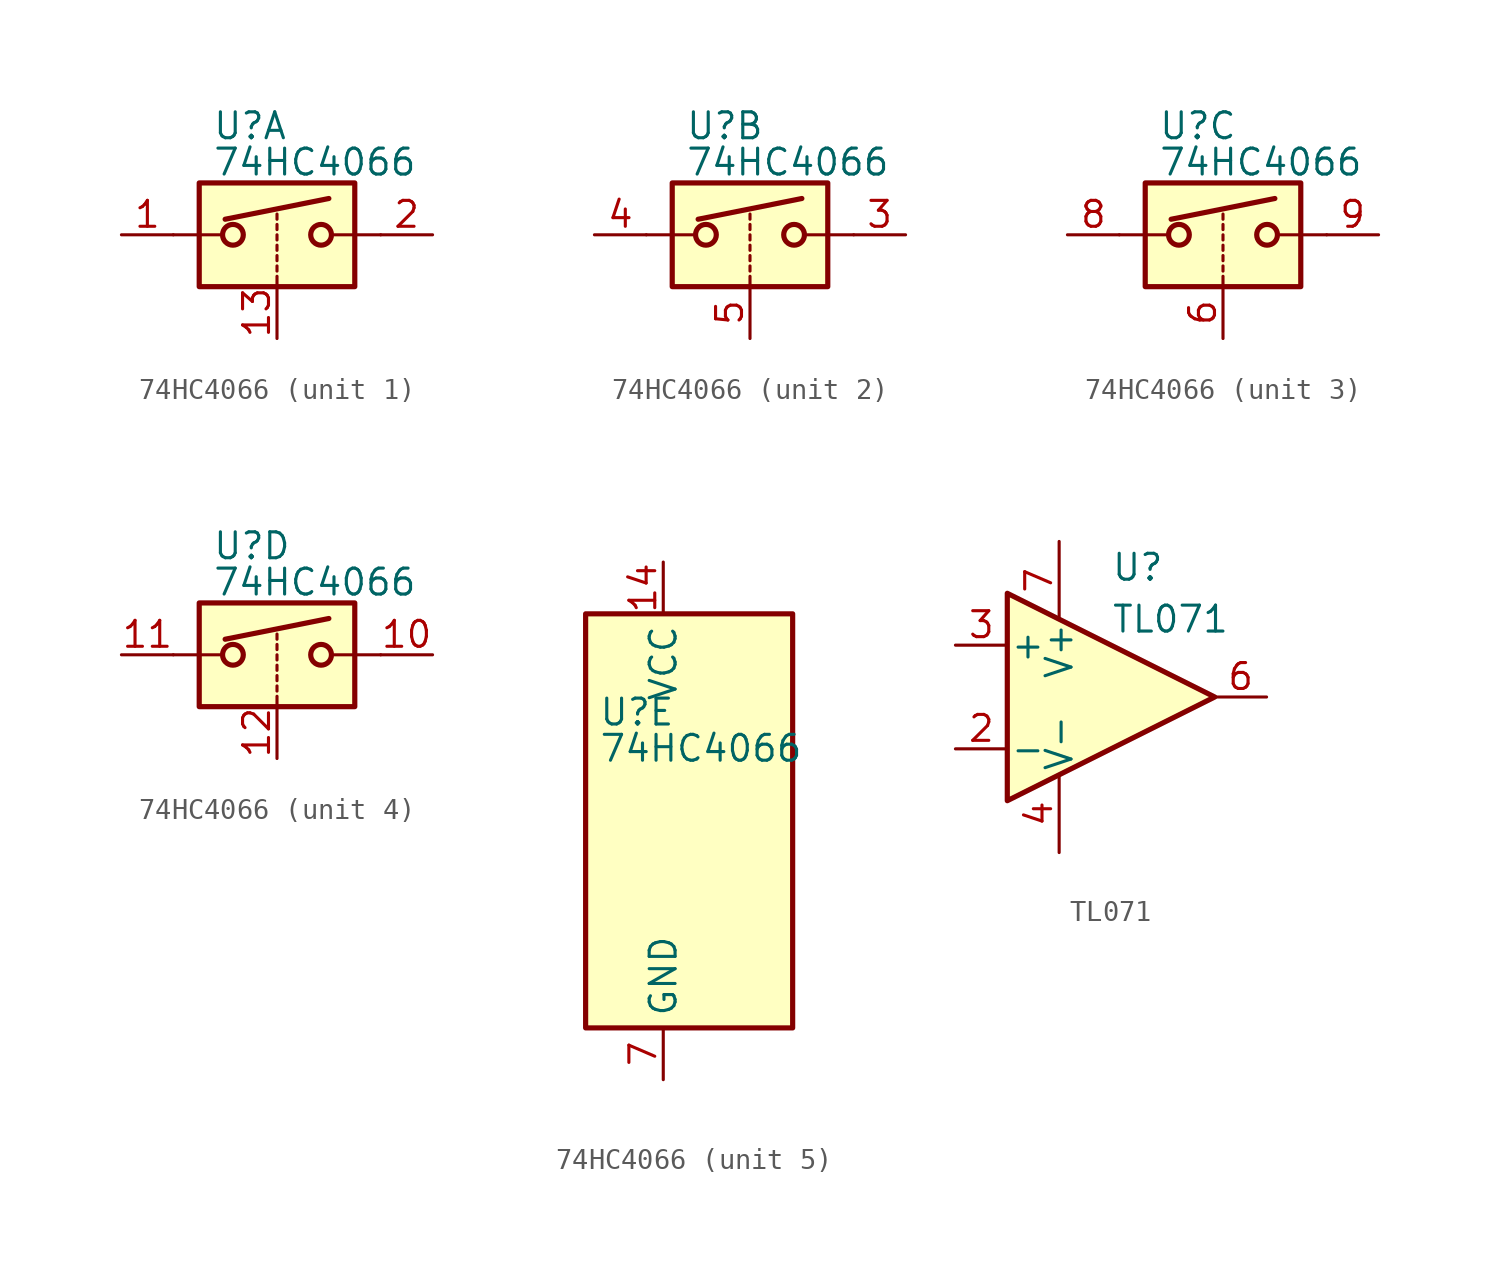
<source format=kicad_sym>
(kicad_symbol_lib
  (version 20211014)
  (generator kicad_symbol_editor)
  (symbol "74HC4066"
    (property "Reference" "U"
      (at -3.175 5.334 0)
      (effects (font (size 1.27 1.27)) (justify left)))
    (property "Value" "74HC4066"
      (at -3.175 3.556 0)
      (effects (font (size 1.27 1.27)) (justify left)))
    (symbol "74HC4066_1_1"
      (rectangle (start -3.81 2.54) (end 3.81 -2.54) (stroke (width 0.254) (type default) (color 0 0 0 0)) (fill (type background)))
      (circle (center -2.159 0) (radius 0.508) (stroke (width 0.254) (type default) (color 0 0 0 0)) (fill (type none)))
      (polyline (pts (xy -5.08 0) (xy -2.794 0)) (stroke (width 0) (type default) (color 0 0 0 0)) (fill (type none)))
      (polyline (pts (xy -2.54 0.762) (xy 2.54 1.778)) (stroke (width 0.254) (type default) (color 0 0 0 0)) (fill (type none)))
      (polyline (pts (xy 0 -2.54) (xy 0 -2.032)) (stroke (width 0) (type default) (color 0 0 0 0)) (fill (type none)))
      (polyline (pts (xy 0 -1.778) (xy 0 -1.524)) (stroke (width 0) (type default) (color 0 0 0 0)) (fill (type none)))
      (polyline (pts (xy 0 -1.27) (xy 0 -1.016)) (stroke (width 0) (type default) (color 0 0 0 0)) (fill (type none)))
      (polyline (pts (xy 0 -0.762) (xy 0 -0.508)) (stroke (width 0) (type default) (color 0 0 0 0)) (fill (type none)))
      (polyline (pts (xy 0 -0.254) (xy 0 0)) (stroke (width 0) (type default) (color 0 0 0 0)) (fill (type none)))
      (polyline (pts (xy 0 0.254) (xy 0 0.508)) (stroke (width 0) (type default) (color 0 0 0 0)) (fill (type none)))
      (polyline (pts (xy 0 0.762) (xy 0 1.016)) (stroke (width 0) (type default) (color 0 0 0 0)) (fill (type none)))
      (polyline (pts (xy 5.08 0) (xy 2.794 0)) (stroke (width 0) (type default) (color 0 0 0 0)) (fill (type none)))
      (circle (center 2.159 0) (radius 0.508) (stroke (width 0.254) (type default) (color 0 0 0 0)) (fill (type none)))
      (pin passive line (at -7.62 0 0) (length 2.54) (name "~" (effects (font (size 1.27 1.27)))) (number "1" (effects (font (size 1.27 1.27)))))
      (pin input line (at 0 -5.08 90) (length 2.54) (name "~" (effects (font (size 1.27 1.27)))) (number "13" (effects (font (size 1.27 1.27)))))
      (pin passive line (at 7.62 0 180) (length 2.54) (name "~" (effects (font (size 1.27 1.27)))) (number "2" (effects (font (size 1.27 1.27))))))
    (symbol "74HC4066_2_1"
      (rectangle (start -3.81 2.54) (end 3.81 -2.54) (stroke (width 0.254) (type default) (color 0 0 0 0)) (fill (type background)))
      (circle (center -2.159 0) (radius 0.508) (stroke (width 0.254) (type default) (color 0 0 0 0)) (fill (type none)))
      (polyline (pts (xy -5.08 0) (xy -2.794 0)) (stroke (width 0) (type default) (color 0 0 0 0)) (fill (type none)))
      (polyline (pts (xy -2.54 0.762) (xy 2.54 1.778)) (stroke (width 0.254) (type default) (color 0 0 0 0)) (fill (type none)))
      (polyline (pts (xy 0 -2.54) (xy 0 -2.032)) (stroke (width 0) (type default) (color 0 0 0 0)) (fill (type none)))
      (polyline (pts (xy 0 -1.778) (xy 0 -1.524)) (stroke (width 0) (type default) (color 0 0 0 0)) (fill (type none)))
      (polyline (pts (xy 0 -1.27) (xy 0 -1.016)) (stroke (width 0) (type default) (color 0 0 0 0)) (fill (type none)))
      (polyline (pts (xy 0 -0.762) (xy 0 -0.508)) (stroke (width 0) (type default) (color 0 0 0 0)) (fill (type none)))
      (polyline (pts (xy 0 -0.254) (xy 0 0)) (stroke (width 0) (type default) (color 0 0 0 0)) (fill (type none)))
      (polyline (pts (xy 0 0.254) (xy 0 0.508)) (stroke (width 0) (type default) (color 0 0 0 0)) (fill (type none)))
      (polyline (pts (xy 0 0.762) (xy 0 1.016)) (stroke (width 0) (type default) (color 0 0 0 0)) (fill (type none)))
      (polyline (pts (xy 5.08 0) (xy 2.794 0)) (stroke (width 0) (type default) (color 0 0 0 0)) (fill (type none)))
      (circle (center 2.159 0) (radius 0.508) (stroke (width 0.254) (type default) (color 0 0 0 0)) (fill (type none)))
      (pin passive line (at 7.62 0 180) (length 2.54) (name "~" (effects (font (size 1.27 1.27)))) (number "3" (effects (font (size 1.27 1.27)))))
      (pin passive line (at -7.62 0 0) (length 2.54) (name "~" (effects (font (size 1.27 1.27)))) (number "4" (effects (font (size 1.27 1.27)))))
      (pin input line (at 0 -5.08 90) (length 2.54) (name "~" (effects (font (size 1.27 1.27)))) (number "5" (effects (font (size 1.27 1.27))))))
    (symbol "74HC4066_3_1"
      (rectangle (start -3.81 2.54) (end 3.81 -2.54) (stroke (width 0.254) (type default) (color 0 0 0 0)) (fill (type background)))
      (circle (center -2.159 0) (radius 0.508) (stroke (width 0.254) (type default) (color 0 0 0 0)) (fill (type none)))
      (polyline (pts (xy -5.08 0) (xy -2.794 0)) (stroke (width 0) (type default) (color 0 0 0 0)) (fill (type none)))
      (polyline (pts (xy -2.54 0.762) (xy 2.54 1.778)) (stroke (width 0.254) (type default) (color 0 0 0 0)) (fill (type none)))
      (polyline (pts (xy 0 -2.54) (xy 0 -2.032)) (stroke (width 0) (type default) (color 0 0 0 0)) (fill (type none)))
      (polyline (pts (xy 0 -1.778) (xy 0 -1.524)) (stroke (width 0) (type default) (color 0 0 0 0)) (fill (type none)))
      (polyline (pts (xy 0 -1.27) (xy 0 -1.016)) (stroke (width 0) (type default) (color 0 0 0 0)) (fill (type none)))
      (polyline (pts (xy 0 -0.762) (xy 0 -0.508)) (stroke (width 0) (type default) (color 0 0 0 0)) (fill (type none)))
      (polyline (pts (xy 0 -0.254) (xy 0 0)) (stroke (width 0) (type default) (color 0 0 0 0)) (fill (type none)))
      (polyline (pts (xy 0 0.254) (xy 0 0.508)) (stroke (width 0) (type default) (color 0 0 0 0)) (fill (type none)))
      (polyline (pts (xy 0 0.762) (xy 0 1.016)) (stroke (width 0) (type default) (color 0 0 0 0)) (fill (type none)))
      (polyline (pts (xy 5.08 0) (xy 2.794 0)) (stroke (width 0) (type default) (color 0 0 0 0)) (fill (type none)))
      (circle (center 2.159 0) (radius 0.508) (stroke (width 0.254) (type default) (color 0 0 0 0)) (fill (type none)))
      (pin input line (at 0 -5.08 90) (length 2.54) (name "~" (effects (font (size 1.27 1.27)))) (number "6" (effects (font (size 1.27 1.27)))))
      (pin passive line (at -7.62 0 0) (length 2.54) (name "~" (effects (font (size 1.27 1.27)))) (number "8" (effects (font (size 1.27 1.27)))))
      (pin passive line (at 7.62 0 180) (length 2.54) (name "~" (effects (font (size 1.27 1.27)))) (number "9" (effects (font (size 1.27 1.27))))))
    (symbol "74HC4066_4_1"
      (rectangle (start -3.81 2.54) (end 3.81 -2.54) (stroke (width 0.254) (type default) (color 0 0 0 0)) (fill (type background)))
      (circle (center -2.159 0) (radius 0.508) (stroke (width 0.254) (type default) (color 0 0 0 0)) (fill (type none)))
      (polyline (pts (xy -5.08 0) (xy -2.794 0)) (stroke (width 0) (type default) (color 0 0 0 0)) (fill (type none)))
      (polyline (pts (xy -2.54 0.762) (xy 2.54 1.778)) (stroke (width 0.254) (type default) (color 0 0 0 0)) (fill (type none)))
      (polyline (pts (xy 0 -2.54) (xy 0 -2.032)) (stroke (width 0) (type default) (color 0 0 0 0)) (fill (type none)))
      (polyline (pts (xy 0 -1.778) (xy 0 -1.524)) (stroke (width 0) (type default) (color 0 0 0 0)) (fill (type none)))
      (polyline (pts (xy 0 -1.27) (xy 0 -1.016)) (stroke (width 0) (type default) (color 0 0 0 0)) (fill (type none)))
      (polyline (pts (xy 0 -0.762) (xy 0 -0.508)) (stroke (width 0) (type default) (color 0 0 0 0)) (fill (type none)))
      (polyline (pts (xy 0 -0.254) (xy 0 0)) (stroke (width 0) (type default) (color 0 0 0 0)) (fill (type none)))
      (polyline (pts (xy 0 0.254) (xy 0 0.508)) (stroke (width 0) (type default) (color 0 0 0 0)) (fill (type none)))
      (polyline (pts (xy 0 0.762) (xy 0 1.016)) (stroke (width 0) (type default) (color 0 0 0 0)) (fill (type none)))
      (polyline (pts (xy 5.08 0) (xy 2.794 0)) (stroke (width 0) (type default) (color 0 0 0 0)) (fill (type none)))
      (circle (center 2.159 0) (radius 0.508) (stroke (width 0.254) (type default) (color 0 0 0 0)) (fill (type none)))
      (pin passive line (at 7.62 0 180) (length 2.54) (name "~" (effects (font (size 1.27 1.27)))) (number "10" (effects (font (size 1.27 1.27)))))
      (pin passive line (at -7.62 0 0) (length 2.54) (name "~" (effects (font (size 1.27 1.27)))) (number "11" (effects (font (size 1.27 1.27)))))
      (pin input line (at 0 -5.08 90) (length 2.54) (name "~" (effects (font (size 1.27 1.27)))) (number "12" (effects (font (size 1.27 1.27))))))
    (symbol "74HC4066_5_0"
      (pin power_in line (at 0 12.7 270) (length 2.54) (name "VCC" (effects (font (size 1.27 1.27)))) (number "14" (effects (font (size 1.27 1.27)))))
      (pin power_in line (at 0 -12.7 90) (length 2.54) (name "GND" (effects (font (size 1.27 1.27)))) (number "7" (effects (font (size 1.27 1.27))))))
    (symbol "74HC4066_5_1"
      (rectangle (start -3.81 10.16) (end 6.35 -10.16) (stroke (width 0.254) (type default) (color 0 0 0 0)) (fill (type background)))))
  (symbol "TL071"
    (pin_names
      (offset 0.127))
    (property "Reference" "U"
      (at 0 6.35 0)
      (effects (font (size 1.27 1.27)) (justify left)))
    (property "Value" "TL071"
      (at 0 3.81 0)
      (effects (font (size 1.27 1.27)) (justify left)))
    (symbol "TL071_0_1"
      (polyline (pts (xy -5.08 5.08) (xy 5.08 0) (xy -5.08 -5.08) (xy -5.08 5.08)) (stroke (width 0.254) (type default) (color 0 0 0 0)) (fill (type background))))
    (symbol "TL071_1_1"
      (pin input line (at -7.62 -2.54 0) (length 2.54) (name "-" (effects (font (size 1.27 1.27)))) (number "2" (effects (font (size 1.27 1.27)))))
      (pin input line (at -7.62 2.54 0) (length 2.54) (name "+" (effects (font (size 1.27 1.27)))) (number "3" (effects (font (size 1.27 1.27)))))
      (pin power_in line (at -2.54 -7.62 90) (length 3.81) (name "V-" (effects (font (size 1.27 1.27)))) (number "4" (effects (font (size 1.27 1.27)))))
      (pin output line (at 7.62 0 180) (length 2.54) (name "~" (effects (font (size 1.27 1.27)))) (number "6" (effects (font (size 1.27 1.27)))))
      (pin power_in line (at -2.54 7.62 270) (length 3.81) (name "V+" (effects (font (size 1.27 1.27)))) (number "7" (effects (font (size 1.27 1.27))))))))
</source>
